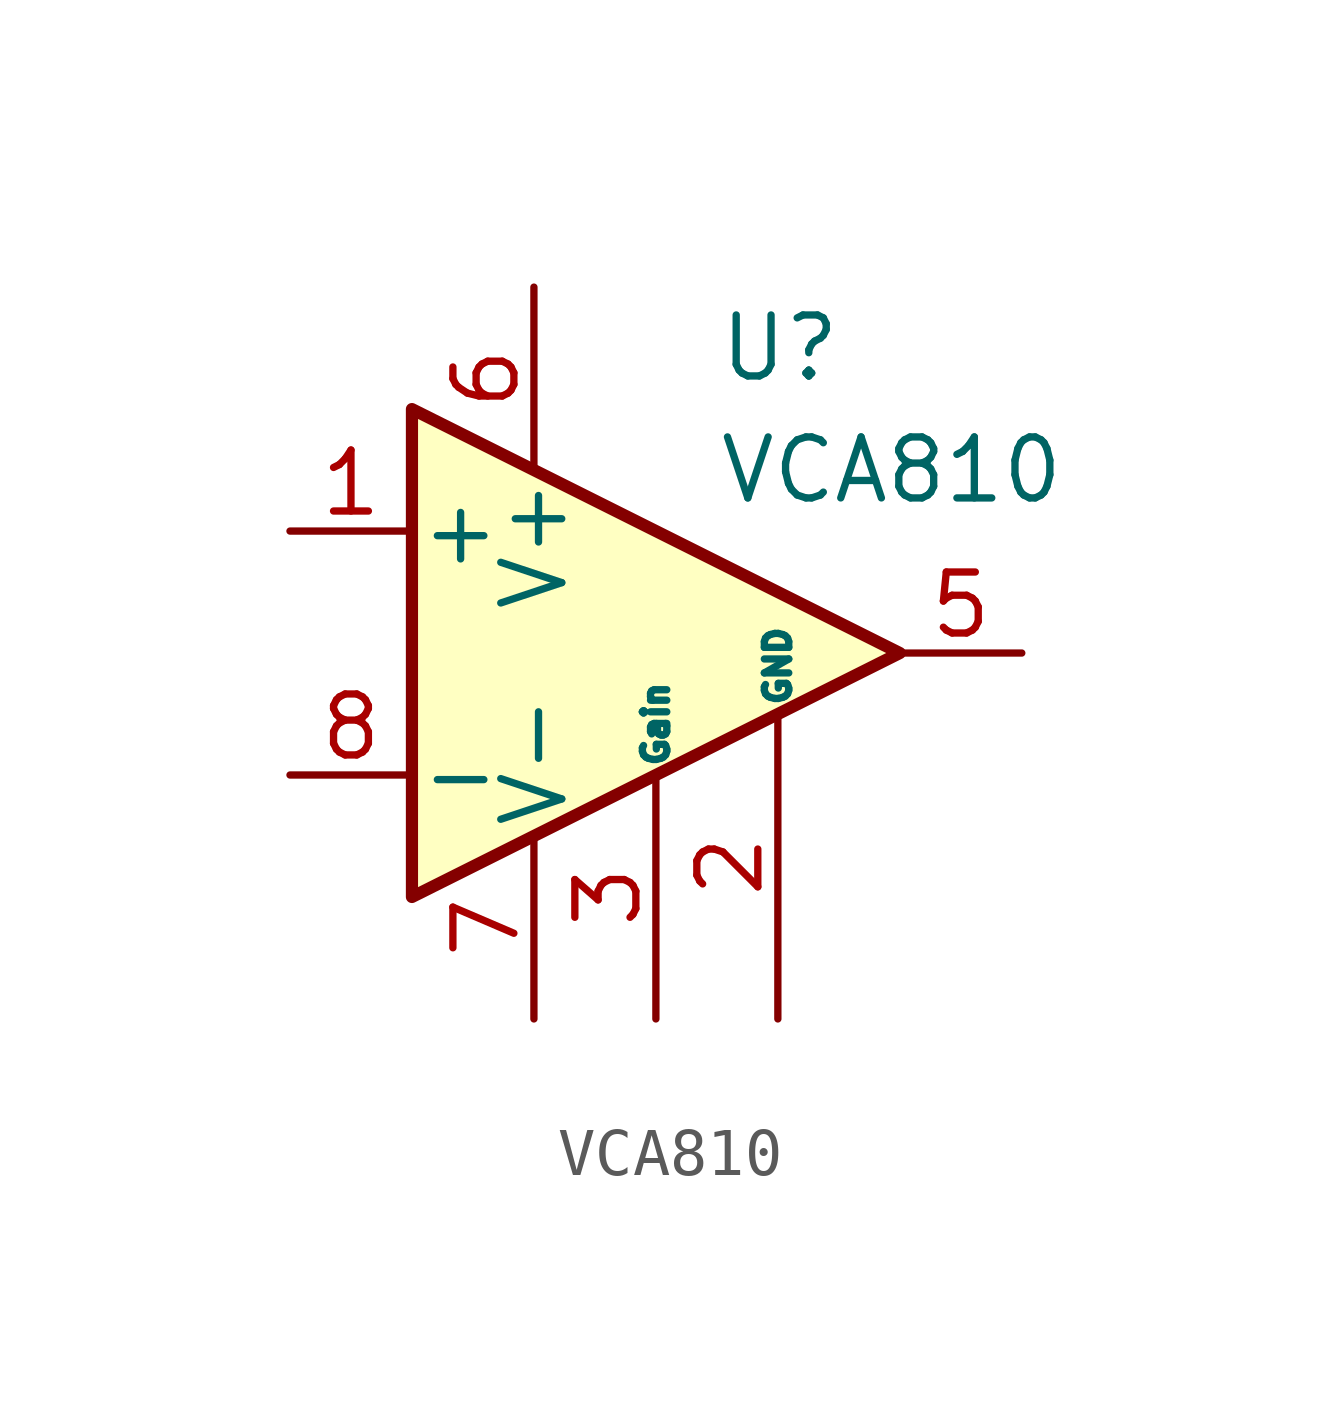
<source format=kicad_sym>
(kicad_symbol_lib
  (version 20231120)
  (generator "kicad_symbol_editor")
  (generator_version "7.99")
  (symbol "VCA810"
    (pin_names
      (offset 0.127))
    (property "Reference" "U"
      (at 1.27 6.35 0)
      (effects (font (size 1.27 1.27)) (justify left)))
    (property "Value" "VCA810"
      (at 1.27 3.81 0)
      (effects (font (size 1.27 1.27)) (justify left)))
    (symbol "VCA810_0_1"
      (polyline (pts (xy -5.08 5.08) (xy 5.08 0) (xy -5.08 -5.08) (xy -5.08 5.08)) (stroke (width 0.254) (type default)) (fill (type background))))
    (symbol "VCA810_1_1"
      (pin input line (at -7.62 2.54 0) (length 2.54) (name "+" (effects (font (size 1.27 1.27)))) (number "1" (effects (font (size 1.27 1.27)))))
      (pin input line (at 2.54 -7.62 90) (length 6.35) (name "GND" (effects (font (size 0.508 0.508)))) (number "2" (effects (font (size 1.27 1.27)))))
      (pin input line (at 0 -7.62 90) (length 5.08) (name "Gain" (effects (font (size 0.508 0.508)))) (number "3" (effects (font (size 1.27 1.27)))))
      (pin no_connect line (at 0 2.54 270) (length 2.54) hide (name "NC" (effects (font (size 1.27 1.27)))) (number "4" (effects (font (size 1.27 1.27)))))
      (pin output line (at 7.62 0 180) (length 2.54) (name "~" (effects (font (size 1.27 1.27)))) (number "5" (effects (font (size 1.27 1.27)))))
      (pin power_in line (at -2.54 7.62 270) (length 3.81) (name "V+" (effects (font (size 1.27 1.27)))) (number "6" (effects (font (size 1.27 1.27)))))
      (pin power_in line (at -2.54 -7.62 90) (length 3.81) (name "V-" (effects (font (size 1.27 1.27)))) (number "7" (effects (font (size 1.27 1.27)))))
      (pin input line (at -7.62 -2.54 0) (length 2.54) (name "-" (effects (font (size 1.27 1.27)))) (number "8" (effects (font (size 1.27 1.27))))))))
</source>
